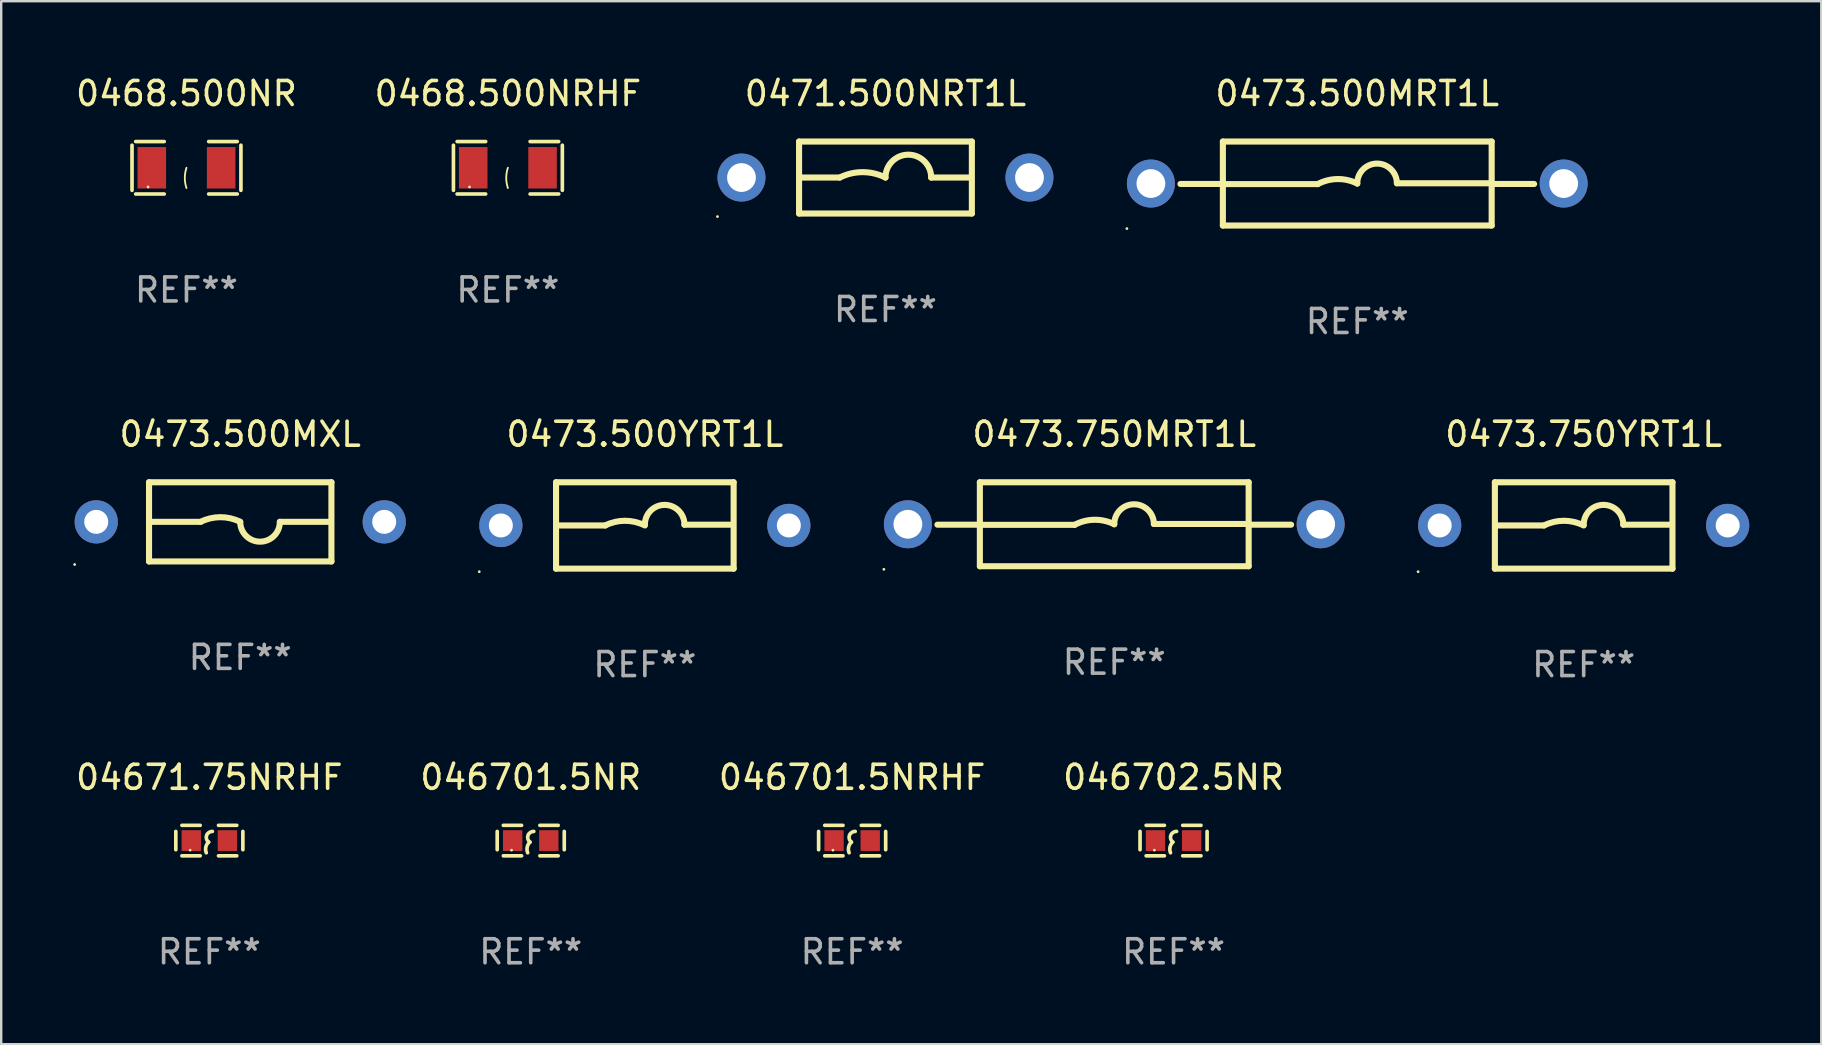
<source format=kicad_pcb>
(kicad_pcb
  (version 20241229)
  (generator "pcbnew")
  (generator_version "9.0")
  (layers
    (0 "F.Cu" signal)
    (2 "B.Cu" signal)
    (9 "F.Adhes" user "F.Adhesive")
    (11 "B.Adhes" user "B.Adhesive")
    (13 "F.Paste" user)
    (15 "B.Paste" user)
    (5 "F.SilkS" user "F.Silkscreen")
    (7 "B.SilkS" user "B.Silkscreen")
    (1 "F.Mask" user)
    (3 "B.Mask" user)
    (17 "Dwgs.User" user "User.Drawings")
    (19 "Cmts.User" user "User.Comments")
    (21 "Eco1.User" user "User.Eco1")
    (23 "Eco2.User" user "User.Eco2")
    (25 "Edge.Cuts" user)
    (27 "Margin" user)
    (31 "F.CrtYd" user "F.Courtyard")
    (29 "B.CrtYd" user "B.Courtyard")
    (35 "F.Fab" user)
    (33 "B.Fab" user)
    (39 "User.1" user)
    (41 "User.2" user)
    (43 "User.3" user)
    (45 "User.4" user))
  (footprint "0473.500MXL"
    (layer "F.Cu")
    (at 6.96 18.695)
    (property "Reference" "0473.500MXL" (at 0 -3.65 0) (layer "F.SilkS") (effects (font (size 1 1) (thickness 0.15))))
    (attr through_hole)
    (fp_line (start -3.8 -1.65) (end 3.8 -1.65) (stroke (width 0.254) (type solid)) (layer "F.SilkS"))
    (fp_line (start -3.8 1.65) (end -3.8 -1.65) (stroke (width 0.254) (type solid)) (layer "F.SilkS"))
    (fp_line (start -3.8 1.65) (end 3.8 1.65) (stroke (width 0.254) (type solid)) (layer "F.SilkS"))
    (fp_line (start -3.683 0) (end -1.651 0) (stroke (width 0.254) (type solid)) (layer "F.SilkS"))
    (fp_line (start 3.683 0) (end 1.651 0) (stroke (width 0.254) (type solid)) (layer "F.SilkS"))
    (fp_line (start 3.8 -1.65) (end 3.8 1.65) (stroke (width 0.254) (type solid)) (layer "F.SilkS"))
    (fp_arc (start -1.651003 0) (mid -0.825502 -0.194874) (end 0 0) (stroke (width 0.254001) (type solid)) (layer "F.SilkS"))
    (fp_arc (start 1.651003 0) (mid 0.825502 0.825501) (end 0.000001 0) (stroke (width 0.254001) (type solid)) (layer "F.SilkS"))
    (fp_circle (center -6.9 1.777) (end -6.87 1.777) (stroke (width 0.06) (type solid)) (fill no) (layer "F.SilkS"))
    (fp_text user "REF**" (at 0 5.65 0) (layer "F.Fab") (effects (font (size 1 1) (thickness 0.15))))
    (pad "1" thru_hole circle (at -6 0) (size 1.8 1.8) (drill 1) (layers "*.Cu" "*.Mask"))
    (pad "2" thru_hole circle (at 6 0) (size 1.8 1.8) (drill 1) (layers "*.Cu" "*.Mask")))
  (footprint "046702.5NR"
    (layer "F.Cu")
    (at 45.851 31.976)
    (property "Reference" "046702.5NR" (at 0 -2.635 0) (layer "F.SilkS") (effects (font (size 1 1) (thickness 0.15))))
    (attr through_hole)
    (fp_line (start -1.397 -0.381) (end -1.397 0.381) (stroke (width 0.152) (type solid)) (layer "F.SilkS"))
    (fp_line (start -0.381 -0.635) (end -1.143 -0.635) (stroke (width 0.152) (type solid)) (layer "F.SilkS"))
    (fp_line (start -0.381 0.635) (end -1.143 0.635) (stroke (width 0.152) (type solid)) (layer "F.SilkS"))
    (fp_line (start 0.381 -0.635) (end 1.143 -0.635) (stroke (width 0.152) (type solid)) (layer "F.SilkS"))
    (fp_line (start 0.381 0.635) (end 1.143 0.635) (stroke (width 0.152) (type solid)) (layer "F.SilkS"))
    (fp_line (start 1.397 -0.381) (end 1.397 0.381) (stroke (width 0.152) (type solid)) (layer "F.SilkS"))
    (fp_arc (start -0.127 0.508001) (mid -0.146523 0.271131) (end -0.030861 0.0635) (stroke (width 0.151994) (type solid)) (layer "F.SilkS"))
    (fp_arc (start -0.03175 0.0635) (mid -0.113571 -0.216321) (end 0.127001 -0.381002) (stroke (width 0.151994) (type solid)) (layer "F.SilkS"))
    (fp_circle (center -0.8 0.4) (end -0.77 0.4) (stroke (width 0.06) (type solid)) (fill no) (layer "F.SilkS"))
    (fp_text user "REF**" (at 0 4.635 0) (layer "F.Fab") (effects (font (size 1 1) (thickness 0.15))))
    (pad "1" smd rect (at -0.753 0) (size 0.806 0.864) (layers "F.Cu" "F.Mask" "F.Paste"))
    (pad "2" smd rect (at 0.753 0) (size 0.806 0.864) (layers "F.Cu" "F.Mask" "F.Paste")))
  (footprint "0473.750MRT1L"
    (layer "F.Cu")
    (at 43.38 18.795)
    (property "Reference" "0473.750MRT1L" (at 0 -3.75 0) (layer "F.SilkS") (effects (font (size 1 1) (thickness 0.15))))
    (attr through_hole)
    (fp_line (start -5.6 0.018) (end -7.369 0.018) (stroke (width 0.254) (type solid)) (layer "F.SilkS"))
    (fp_line (start -5.6 0.024) (end -1.651 0.024) (stroke (width 0.254) (type solid)) (layer "F.SilkS"))
    (fp_line (start -5.6 1.75) (end -5.6 -1.75) (stroke (width 0.254) (type solid)) (layer "F.SilkS"))
    (fp_line (start 5.6 -1.75) (end -5.6 -1.75) (stroke (width 0.254) (type solid)) (layer "F.SilkS"))
    (fp_line (start 5.6 -1.75) (end 5.6 1.75) (stroke (width 0.254) (type solid)) (layer "F.SilkS"))
    (fp_line (start 5.6 -0.012) (end 1.651 -0.012) (stroke (width 0.254) (type solid)) (layer "F.SilkS"))
    (fp_line (start 5.6 0.018) (end 7.369 0.018) (stroke (width 0.254) (type solid)) (layer "F.SilkS"))
    (fp_line (start 5.6 1.75) (end -5.6 1.75) (stroke (width 0.254) (type solid)) (layer "F.SilkS"))
    (fp_arc (start -1.651003 0.024359) (mid -0.828434 -0.186556) (end 0 0.000001) (stroke (width 0.254001) (type solid)) (layer "F.SilkS"))
    (fp_arc (start 0.000001 -0.000001) (mid 0.819576 -0.82554) (end 1.651003 -0.011938) (stroke (width 0.254001) (type solid)) (layer "F.SilkS"))
    (fp_circle (center -9.6 1.877) (end -9.57 1.877) (stroke (width 0.06) (type solid)) (fill no) (layer "F.SilkS"))
    (fp_text user "REF**" (at 0 5.75 0) (layer "F.Fab") (effects (font (size 1 1) (thickness 0.15))))
    (pad "1" thru_hole circle (at -8.6 0) (size 2 2) (drill 1.2) (layers "*.Cu" "*.Mask"))
    (pad "2" thru_hole circle (at 8.6 0) (size 2 2) (drill 1.2) (layers "*.Cu" "*.Mask")))
  (footprint "0468.500NRHF"
    (layer "F.Cu")
    (at 18.113 3.941)
    (property "Reference" "0468.500NRHF" (at 0 -3.093 0) (layer "F.SilkS") (effects (font (size 1 1) (thickness 0.15))))
    (attr through_hole)
    (fp_line (start -2.269 -0.94) (end -2.269 0.94) (stroke (width 0.152) (type solid)) (layer "F.SilkS"))
    (fp_line (start -2.116 1.093) (end -0.926 1.093) (stroke (width 0.152) (type solid)) (layer "F.SilkS"))
    (fp_line (start -0.926 -1.093) (end -2.116 -1.093) (stroke (width 0.152) (type solid)) (layer "F.SilkS"))
    (fp_line (start 0.926 -1.093) (end 2.116 -1.093) (stroke (width 0.152) (type solid)) (layer "F.SilkS"))
    (fp_line (start 2.116 1.093) (end 0.926 1.093) (stroke (width 0.152) (type solid)) (layer "F.SilkS"))
    (fp_line (start 2.269 -0.94) (end 2.269 0.94) (stroke (width 0.152) (type solid)) (layer "F.SilkS"))
    (fp_arc (start 0 0.844951) (mid -0.068559 0.422475) (end 0 0) (stroke (width 0.0762) (type solid)) (layer "F.SilkS"))
    (fp_circle (center -1.6 0.8) (end -1.57 0.8) (stroke (width 0.06) (type solid)) (fill no) (layer "F.SilkS"))
    (fp_text user "REF**" (at 0 5.093 0) (layer "F.Fab") (effects (font (size 1 1) (thickness 0.15))))
    (pad "1" smd rect (at -1.445 0) (size 1.19 1.728) (layers "F.Cu" "F.Mask" "F.Paste"))
    (pad "2" smd rect (at 1.445 0) (size 1.19 1.728) (layers "F.Cu" "F.Mask" "F.Paste")))
  (footprint "046701.5NR"
    (layer "F.Cu")
    (at 19.065 31.976)
    (property "Reference" "046701.5NR" (at 0 -2.635 0) (layer "F.SilkS") (effects (font (size 1 1) (thickness 0.15))))
    (attr through_hole)
    (fp_line (start -1.397 -0.381) (end -1.397 0.381) (stroke (width 0.152) (type solid)) (layer "F.SilkS"))
    (fp_line (start -0.381 -0.635) (end -1.143 -0.635) (stroke (width 0.152) (type solid)) (layer "F.SilkS"))
    (fp_line (start -0.381 0.635) (end -1.143 0.635) (stroke (width 0.152) (type solid)) (layer "F.SilkS"))
    (fp_line (start 0.381 -0.635) (end 1.143 -0.635) (stroke (width 0.152) (type solid)) (layer "F.SilkS"))
    (fp_line (start 0.381 0.635) (end 1.143 0.635) (stroke (width 0.152) (type solid)) (layer "F.SilkS"))
    (fp_line (start 1.397 -0.381) (end 1.397 0.381) (stroke (width 0.152) (type solid)) (layer "F.SilkS"))
    (fp_arc (start -0.127 0.508001) (mid -0.146523 0.271131) (end -0.030861 0.0635) (stroke (width 0.151994) (type solid)) (layer "F.SilkS"))
    (fp_arc (start -0.03175 0.0635) (mid -0.113571 -0.216321) (end 0.127001 -0.381002) (stroke (width 0.151994) (type solid)) (layer "F.SilkS"))
    (fp_circle (center -0.8 0.4) (end -0.77 0.4) (stroke (width 0.06) (type solid)) (fill no) (layer "F.SilkS"))
    (fp_text user "REF**" (at 0 4.635 0) (layer "F.Fab") (effects (font (size 1 1) (thickness 0.15))))
    (pad "1" smd rect (at -0.753 0) (size 0.806 0.864) (layers "F.Cu" "F.Mask" "F.Paste"))
    (pad "2" smd rect (at 0.753 0) (size 0.806 0.864) (layers "F.Cu" "F.Mask" "F.Paste")))
  (footprint "04671.75NRHF"
    (layer "F.Cu")
    (at 5.673 31.976)
    (property "Reference" "04671.75NRHF" (at 0 -2.635 0) (layer "F.SilkS") (effects (font (size 1 1) (thickness 0.15))))
    (attr through_hole)
    (fp_line (start -1.397 -0.381) (end -1.397 0.381) (stroke (width 0.152) (type solid)) (layer "F.SilkS"))
    (fp_line (start -0.381 -0.635) (end -1.143 -0.635) (stroke (width 0.152) (type solid)) (layer "F.SilkS"))
    (fp_line (start -0.381 0.635) (end -1.143 0.635) (stroke (width 0.152) (type solid)) (layer "F.SilkS"))
    (fp_line (start 0.381 -0.635) (end 1.143 -0.635) (stroke (width 0.152) (type solid)) (layer "F.SilkS"))
    (fp_line (start 0.381 0.635) (end 1.143 0.635) (stroke (width 0.152) (type solid)) (layer "F.SilkS"))
    (fp_line (start 1.397 -0.381) (end 1.397 0.381) (stroke (width 0.152) (type solid)) (layer "F.SilkS"))
    (fp_arc (start -0.127 0.508001) (mid -0.146523 0.271131) (end -0.030861 0.0635) (stroke (width 0.151994) (type solid)) (layer "F.SilkS"))
    (fp_arc (start -0.03175 0.0635) (mid -0.113571 -0.216321) (end 0.127001 -0.381002) (stroke (width 0.151994) (type solid)) (layer "F.SilkS"))
    (fp_circle (center -0.8 0.4) (end -0.77 0.4) (stroke (width 0.06) (type solid)) (fill no) (layer "F.SilkS"))
    (fp_text user "REF**" (at 0 4.635 0) (layer "F.Fab") (effects (font (size 1 1) (thickness 0.15))))
    (pad "1" smd rect (at -0.753 0) (size 0.806 0.864) (layers "F.Cu" "F.Mask" "F.Paste"))
    (pad "2" smd rect (at 0.753 0) (size 0.806 0.864) (layers "F.Cu" "F.Mask" "F.Paste")))
  (footprint "0468.500NR"
    (layer "F.Cu")
    (at 4.72 3.941)
    (property "Reference" "0468.500NR" (at 0 -3.093 0) (layer "F.SilkS") (effects (font (size 1 1) (thickness 0.15))))
    (attr through_hole)
    (fp_line (start -2.269 -0.94) (end -2.269 0.94) (stroke (width 0.152) (type solid)) (layer "F.SilkS"))
    (fp_line (start -2.116 1.093) (end -0.926 1.093) (stroke (width 0.152) (type solid)) (layer "F.SilkS"))
    (fp_line (start -0.926 -1.093) (end -2.116 -1.093) (stroke (width 0.152) (type solid)) (layer "F.SilkS"))
    (fp_line (start 0.926 -1.093) (end 2.116 -1.093) (stroke (width 0.152) (type solid)) (layer "F.SilkS"))
    (fp_line (start 2.116 1.093) (end 0.926 1.093) (stroke (width 0.152) (type solid)) (layer "F.SilkS"))
    (fp_line (start 2.269 -0.94) (end 2.269 0.94) (stroke (width 0.152) (type solid)) (layer "F.SilkS"))
    (fp_arc (start 0 0.844951) (mid -0.068559 0.422475) (end 0 0) (stroke (width 0.0762) (type solid)) (layer "F.SilkS"))
    (fp_circle (center -1.6 0.8) (end -1.57 0.8) (stroke (width 0.06) (type solid)) (fill no) (layer "F.SilkS"))
    (fp_text user "REF**" (at 0 5.093 0) (layer "F.Fab") (effects (font (size 1 1) (thickness 0.15))))
    (pad "1" smd rect (at -1.445 0) (size 1.19 1.728) (layers "F.Cu" "F.Mask" "F.Paste"))
    (pad "2" smd rect (at 1.445 0) (size 1.19 1.728) (layers "F.Cu" "F.Mask" "F.Paste")))
  (footprint "0471.500NRT1L"
    (layer "F.Cu")
    (at 33.846 4.348)
    (property "Reference" "0471.500NRT1L" (at 0 -3.5 0) (layer "F.SilkS") (effects (font (size 1 1) (thickness 0.15))))
    (attr through_hole)
    (fp_line (start -3.6 -1.5) (end -3.6 1.5) (stroke (width 0.254) (type solid)) (layer "F.SilkS"))
    (fp_line (start -3.6 -1.5) (end 3.6 -1.5) (stroke (width 0.254) (type solid)) (layer "F.SilkS"))
    (fp_line (start -3.6 1.5) (end 3.6 1.5) (stroke (width 0.254) (type solid)) (layer "F.SilkS"))
    (fp_line (start -3.556 0) (end -1.905 0) (stroke (width 0.254) (type solid)) (layer "F.SilkS"))
    (fp_line (start 3.556 0) (end 1.905 0) (stroke (width 0.254) (type solid)) (layer "F.SilkS"))
    (fp_line (start 3.6 -1.5) (end 3.6 1.5) (stroke (width 0.254) (type solid)) (layer "F.SilkS"))
    (fp_arc (start -1.905004 0) (mid -0.952502 -0.224855) (end 0 0) (stroke (width 0.254001) (type solid)) (layer "F.SilkS"))
    (fp_arc (start 0 0) (mid 0.952502 -0.952502) (end 1.905004 0) (stroke (width 0.254001) (type solid)) (layer "F.SilkS"))
    (fp_circle (center -7 1.627) (end -6.97 1.627) (stroke (width 0.06) (type solid)) (fill no) (layer "F.SilkS"))
    (fp_text user "REF**" (at 0 5.5 0) (layer "F.Fab") (effects (font (size 1 1) (thickness 0.15))))
    (pad "1" thru_hole circle (at -6 0) (size 2 2) (drill 1.2) (layers "*.Cu" "*.Mask"))
    (pad "2" thru_hole circle (at 6 0) (size 2 2) (drill 1.2) (layers "*.Cu" "*.Mask")))
  (footprint "0473.500MRT1L"
    (layer "F.Cu")
    (at 53.506 4.598)
    (property "Reference" "0473.500MRT1L" (at 0 -3.75 0) (layer "F.SilkS") (effects (font (size 1 1) (thickness 0.15))))
    (attr through_hole)
    (fp_line (start -5.6 0.018) (end -7.369 0.018) (stroke (width 0.254) (type solid)) (layer "F.SilkS"))
    (fp_line (start -5.6 0.024) (end -1.651 0.024) (stroke (width 0.254) (type solid)) (layer "F.SilkS"))
    (fp_line (start -5.6 1.75) (end -5.6 -1.75) (stroke (width 0.254) (type solid)) (layer "F.SilkS"))
    (fp_line (start 5.6 -1.75) (end -5.6 -1.75) (stroke (width 0.254) (type solid)) (layer "F.SilkS"))
    (fp_line (start 5.6 -1.75) (end 5.6 1.75) (stroke (width 0.254) (type solid)) (layer "F.SilkS"))
    (fp_line (start 5.6 -0.012) (end 1.651 -0.012) (stroke (width 0.254) (type solid)) (layer "F.SilkS"))
    (fp_line (start 5.6 0.018) (end 7.369 0.018) (stroke (width 0.254) (type solid)) (layer "F.SilkS"))
    (fp_line (start 5.6 1.75) (end -5.6 1.75) (stroke (width 0.254) (type solid)) (layer "F.SilkS"))
    (fp_arc (start -1.651003 0.024359) (mid -0.828434 -0.186556) (end 0 0.000001) (stroke (width 0.254001) (type solid)) (layer "F.SilkS"))
    (fp_arc (start 0.000001 -0.000001) (mid 0.819576 -0.82554) (end 1.651003 -0.011938) (stroke (width 0.254001) (type solid)) (layer "F.SilkS"))
    (fp_circle (center -9.6 1.877) (end -9.57 1.877) (stroke (width 0.06) (type solid)) (fill no) (layer "F.SilkS"))
    (fp_text user "REF**" (at 0 5.75 0) (layer "F.Fab") (effects (font (size 1 1) (thickness 0.15))))
    (pad "1" thru_hole circle (at -8.6 0) (size 2 2) (drill 1.2) (layers "*.Cu" "*.Mask"))
    (pad "2" thru_hole circle (at 8.6 0) (size 2 2) (drill 1.2) (layers "*.Cu" "*.Mask")))
  (footprint "046701.5NRHF"
    (layer "F.Cu")
    (at 32.458 31.976)
    (property "Reference" "046701.5NRHF" (at 0 -2.635 0) (layer "F.SilkS") (effects (font (size 1 1) (thickness 0.15))))
    (attr through_hole)
    (fp_line (start -1.397 -0.381) (end -1.397 0.381) (stroke (width 0.152) (type solid)) (layer "F.SilkS"))
    (fp_line (start -0.381 -0.635) (end -1.143 -0.635) (stroke (width 0.152) (type solid)) (layer "F.SilkS"))
    (fp_line (start -0.381 0.635) (end -1.143 0.635) (stroke (width 0.152) (type solid)) (layer "F.SilkS"))
    (fp_line (start 0.381 -0.635) (end 1.143 -0.635) (stroke (width 0.152) (type solid)) (layer "F.SilkS"))
    (fp_line (start 0.381 0.635) (end 1.143 0.635) (stroke (width 0.152) (type solid)) (layer "F.SilkS"))
    (fp_line (start 1.397 -0.381) (end 1.397 0.381) (stroke (width 0.152) (type solid)) (layer "F.SilkS"))
    (fp_arc (start -0.127 0.508001) (mid -0.146523 0.271131) (end -0.030861 0.0635) (stroke (width 0.151994) (type solid)) (layer "F.SilkS"))
    (fp_arc (start -0.03175 0.0635) (mid -0.113571 -0.216321) (end 0.127001 -0.381002) (stroke (width 0.151994) (type solid)) (layer "F.SilkS"))
    (fp_circle (center -0.8 0.4) (end -0.77 0.4) (stroke (width 0.06) (type solid)) (fill no) (layer "F.SilkS"))
    (fp_text user "REF**" (at 0 4.635 0) (layer "F.Fab") (effects (font (size 1 1) (thickness 0.15))))
    (pad "1" smd rect (at -0.753 0) (size 0.806 0.864) (layers "F.Cu" "F.Mask" "F.Paste"))
    (pad "2" smd rect (at 0.753 0) (size 0.806 0.864) (layers "F.Cu" "F.Mask" "F.Paste")))
  (footprint "0473.750YRT1L"
    (layer "F.Cu")
    (at 62.94 18.845)
    (property "Reference" "0473.750YRT1L" (at 0 -3.8 0) (layer "F.SilkS") (effects (font (size 1 1) (thickness 0.15))))
    (attr through_hole)
    (fp_line (start -3.7 -1.8) (end -3.7 1.8) (stroke (width 0.254) (type solid)) (layer "F.SilkS"))
    (fp_line (start -3.7 -1.8) (end 3.7 -1.8) (stroke (width 0.254) (type solid)) (layer "F.SilkS"))
    (fp_line (start -3.7 1.8) (end 3.7 1.8) (stroke (width 0.254) (type solid)) (layer "F.SilkS"))
    (fp_line (start -3.556 0) (end -1.651 0) (stroke (width 0.254) (type solid)) (layer "F.SilkS"))
    (fp_line (start 3.556 -0.032) (end 1.651 -0.032) (stroke (width 0.254) (type solid)) (layer "F.SilkS"))
    (fp_line (start 3.7 -1.8) (end 3.7 1.8) (stroke (width 0.254) (type solid)) (layer "F.SilkS"))
    (fp_arc (start -1.651003 0) (mid -0.825502 -0.194874) (end 0 0) (stroke (width 0.254001) (type solid)) (layer "F.SilkS"))
    (fp_arc (start 0.000025 -0.031699) (mid 0.825527 -0.857201) (end 1.651029 -0.031699) (stroke (width 0.254001) (type solid)) (layer "F.SilkS"))
    (fp_circle (center -6.9 1.927) (end -6.87 1.927) (stroke (width 0.06) (type solid)) (fill no) (layer "F.SilkS"))
    (fp_text user "REF**" (at 0 5.8 0) (layer "F.Fab") (effects (font (size 1 1) (thickness 0.15))))
    (pad "1" thru_hole circle (at -6 0) (size 1.8 1.8) (drill 1) (layers "*.Cu" "*.Mask"))
    (pad "2" thru_hole circle (at 6 0) (size 1.8 1.8) (drill 1) (layers "*.Cu" "*.Mask")))
  (footprint "0473.500YRT1L"
    (layer "F.Cu")
    (at 23.82 18.845)
    (property "Reference" "0473.500YRT1L" (at 0 -3.8 0) (layer "F.SilkS") (effects (font (size 1 1) (thickness 0.15))))
    (attr through_hole)
    (fp_line (start -3.7 -1.8) (end -3.7 1.8) (stroke (width 0.254) (type solid)) (layer "F.SilkS"))
    (fp_line (start -3.7 -1.8) (end 3.7 -1.8) (stroke (width 0.254) (type solid)) (layer "F.SilkS"))
    (fp_line (start -3.7 1.8) (end 3.7 1.8) (stroke (width 0.254) (type solid)) (layer "F.SilkS"))
    (fp_line (start -3.556 0) (end -1.651 0) (stroke (width 0.254) (type solid)) (layer "F.SilkS"))
    (fp_line (start 3.556 -0.032) (end 1.651 -0.032) (stroke (width 0.254) (type solid)) (layer "F.SilkS"))
    (fp_line (start 3.7 -1.8) (end 3.7 1.8) (stroke (width 0.254) (type solid)) (layer "F.SilkS"))
    (fp_arc (start -1.651003 0) (mid -0.825502 -0.194874) (end 0 0) (stroke (width 0.254001) (type solid)) (layer "F.SilkS"))
    (fp_arc (start 0.000025 -0.031699) (mid 0.825527 -0.857201) (end 1.651029 -0.031699) (stroke (width 0.254001) (type solid)) (layer "F.SilkS"))
    (fp_circle (center -6.9 1.927) (end -6.87 1.927) (stroke (width 0.06) (type solid)) (fill no) (layer "F.SilkS"))
    (fp_text user "REF**" (at 0 5.8 0) (layer "F.Fab") (effects (font (size 1 1) (thickness 0.15))))
    (pad "1" thru_hole circle (at -6 0) (size 1.8 1.8) (drill 1) (layers "*.Cu" "*.Mask"))
    (pad "2" thru_hole circle (at 6 0) (size 1.8 1.8) (drill 1) (layers "*.Cu" "*.Mask")))
  (gr_rect
    (start -3 -3)
    (end 72.84 40.46)
    (stroke (width 0.1) (type default))
    (fill no)
    (layer "Edge.Cuts")))
</source>
